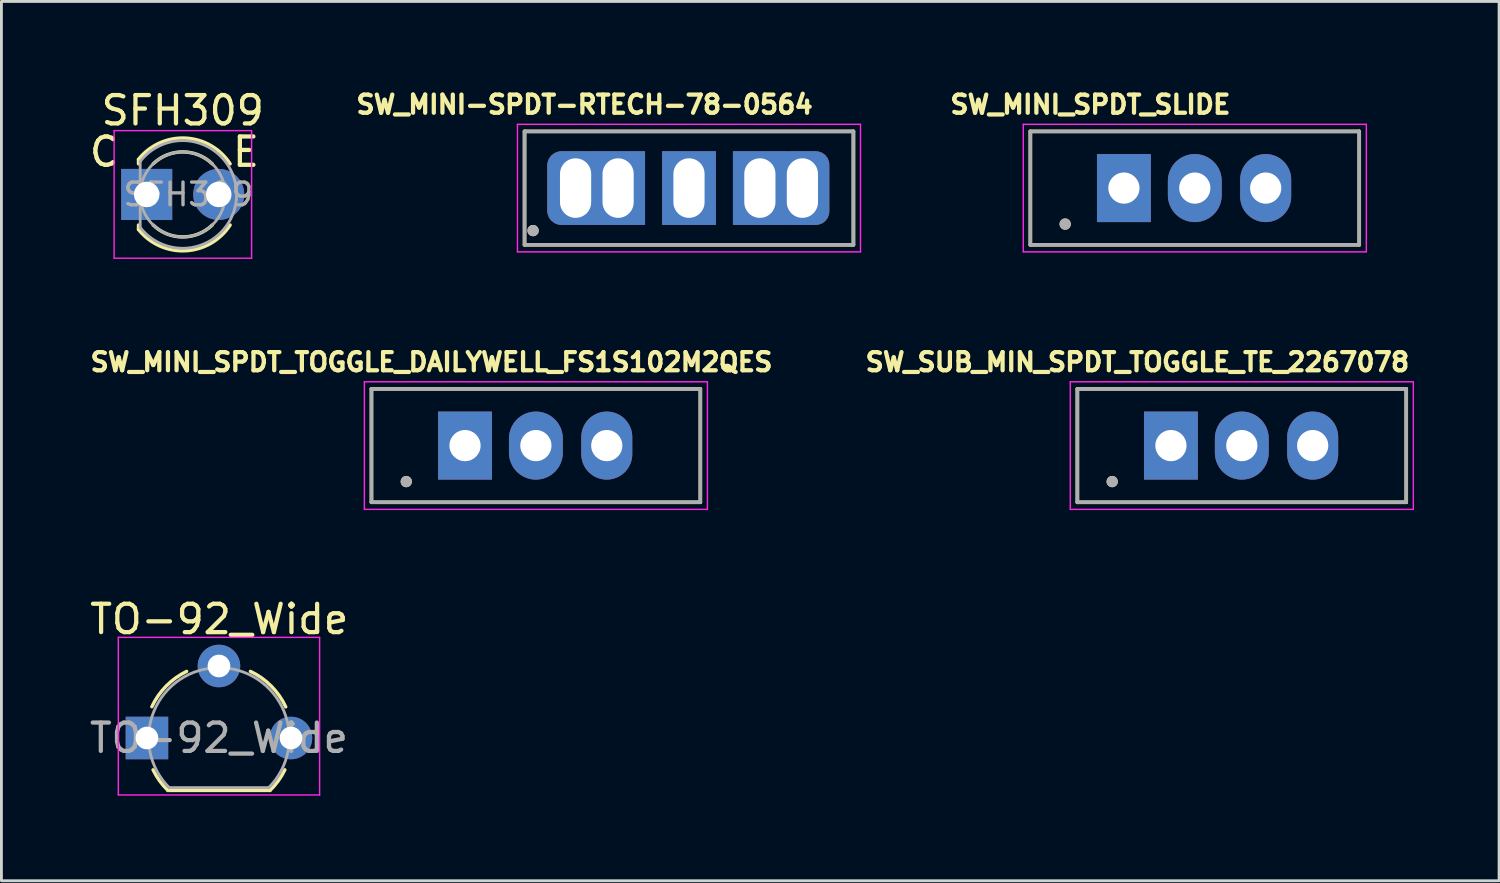
<source format=kicad_pcb>
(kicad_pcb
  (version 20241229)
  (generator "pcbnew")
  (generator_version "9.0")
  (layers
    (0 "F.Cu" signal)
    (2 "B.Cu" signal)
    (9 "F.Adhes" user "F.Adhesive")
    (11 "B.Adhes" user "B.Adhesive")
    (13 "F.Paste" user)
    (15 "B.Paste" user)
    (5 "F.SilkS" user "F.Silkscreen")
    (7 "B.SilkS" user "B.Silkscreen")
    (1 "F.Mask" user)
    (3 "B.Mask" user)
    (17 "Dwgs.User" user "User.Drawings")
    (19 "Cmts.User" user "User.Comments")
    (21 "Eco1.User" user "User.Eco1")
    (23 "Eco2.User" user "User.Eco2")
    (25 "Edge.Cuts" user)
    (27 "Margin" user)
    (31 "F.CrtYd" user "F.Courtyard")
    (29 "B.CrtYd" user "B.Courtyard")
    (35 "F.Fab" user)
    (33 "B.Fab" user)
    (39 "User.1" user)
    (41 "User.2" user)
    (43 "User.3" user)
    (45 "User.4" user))
  (footprint "TO-92_Wide"
    (layer "F.Cu")
    (at 2.133 22.981)
    (property "Reference" "TO-92_Wide" (at 2.55 -4.19 0) (layer "F.SilkS") (effects (font (size 1 1) (thickness 0.15))))
    (attr through_hole)
    (fp_line (start 0.74 1.85) (end 4.34 1.85) (stroke (width 0.12) (type solid)) (layer "F.SilkS"))
    (fp_arc (start 0.172801 -1.103842) (mid 0.678995 -1.832692) (end 1.4 -2.35) (stroke (width 0.12) (type solid)) (layer "F.SilkS"))
    (fp_arc (start 0.74 1.85) (mid 0.446097 1.509328) (end 0.215816 1.122795) (stroke (width 0.12) (type solid)) (layer "F.SilkS"))
    (fp_arc (start 3.65 -2.35) (mid 4.382279 -1.833196) (end 4.895458 -1.098371) (stroke (width 0.12) (type solid)) (layer "F.SilkS"))
    (fp_arc (start 4.864184 1.122795) (mid 4.633903 1.509328) (end 4.34 1.85) (stroke (width 0.12) (type solid)) (layer "F.SilkS"))
    (fp_line (start -1.01 -3.55) (end -1.01 2.01) (stroke (width 0.05) (type solid)) (layer "F.CrtYd"))
    (fp_line (start -1.01 -3.55) (end 6.09 -3.55) (stroke (width 0.05) (type solid)) (layer "F.CrtYd"))
    (fp_line (start 6.09 2.01) (end -1.01 2.01) (stroke (width 0.05) (type solid)) (layer "F.CrtYd"))
    (fp_line (start 6.09 2.01) (end 6.09 -3.55) (stroke (width 0.05) (type solid)) (layer "F.CrtYd"))
    (fp_line (start 0.8 1.75) (end 4.3 1.75) (stroke (width 0.1) (type solid)) (layer "F.Fab"))
    (fp_arc (start 0.786375 1.753625) (mid 0.248779 -0.949055) (end 2.54 -2.48) (stroke (width 0.1) (type solid)) (layer "F.Fab"))
    (fp_arc (start 2.54 -2.48) (mid 4.831221 -0.949055) (end 4.293625 1.753625) (stroke (width 0.1) (type solid)) (layer "F.Fab"))
    (fp_text user "${REFERENCE}" (at 2.54 0 0) (layer "F.Fab") (effects (font (size 1 1) (thickness 0.15))))
    (pad "1" thru_hole rect (at 0 0) (size 1.5 1.5) (drill 0.8) (layers "*.Cu" "*.Mask"))
    (pad "2" thru_hole circle (at 2.54 -2.54) (size 1.5 1.5) (drill 0.8) (layers "*.Cu" "*.Mask"))
    (pad "3" thru_hole circle (at 5.08 0) (size 1.5 1.5) (drill 0.8) (layers "*.Cu" "*.Mask")))
  (footprint "SFH309"
    (layer "F.Cu")
    (at 3.395 3.808)
    (property "Reference" "SFH309" (at 0 -2.96 0) (layer "F.SilkS") (effects (font (size 1 1) (thickness 0.15))))
    (attr through_hole)
    (fp_line (start -1.56 -1.236) (end -1.56 -1.08) (stroke (width 0.12) (type solid)) (layer "F.SilkS"))
    (fp_line (start -1.56 1.08) (end -1.56 1.236) (stroke (width 0.12) (type solid)) (layer "F.SilkS"))
    (fp_arc (start -1.56 -1.235516) (mid 0.096487 -1.987659) (end 1.672335 -1.078608) (stroke (width 0.12) (type solid)) (layer "F.SilkS"))
    (fp_arc (start -1.040961 -1.08) (mid 0.000117 -1.5) (end 1.04113 -1.079837) (stroke (width 0.12) (type solid)) (layer "F.SilkS"))
    (fp_arc (start 1.04113 1.079837) (mid 0.000117 1.5) (end -1.040961 1.08) (stroke (width 0.12) (type solid)) (layer "F.SilkS"))
    (fp_arc (start 1.672335 1.078608) (mid 0.096487 1.987659) (end -1.56 1.235516) (stroke (width 0.12) (type solid)) (layer "F.SilkS"))
    (fp_line (start -2.42 -2.25) (end -2.42 2.25) (stroke (width 0.05) (type solid)) (layer "F.CrtYd"))
    (fp_line (start -2.42 2.25) (end 2.43 2.25) (stroke (width 0.05) (type solid)) (layer "F.CrtYd"))
    (fp_line (start 2.43 -2.25) (end -2.42 -2.25) (stroke (width 0.05) (type solid)) (layer "F.CrtYd"))
    (fp_line (start 2.43 2.25) (end 2.43 -2.25) (stroke (width 0.05) (type solid)) (layer "F.CrtYd"))
    (fp_line (start -1.5 -1.166) (end -1.5 1.166) (stroke (width 0.1) (type solid)) (layer "F.Fab"))
    (fp_arc (start -1.5 -1.16619) (mid 1.9 0.000452) (end -1.500555 1.165476) (stroke (width 0.1) (type solid)) (layer "F.Fab"))
    (fp_circle (center 0 0) (end 1.5 0) (stroke (width 0.1) (type solid)) (fill no) (layer "F.Fab"))
    (fp_text user "E" (at 2.23 -1.5 0) (unlocked yes) (layer "F.SilkS") (effects (font (size 1 1) (thickness 0.15))))
    (fp_text user "C" (at -2.77 -1.5 0) (unlocked yes) (layer "F.SilkS") (effects (font (size 1 1) (thickness 0.15))))
    (fp_text user "${REFERENCE}" (at 0.2 0 0) (layer "F.Fab") (effects (font (size 0.8 0.8) (thickness 0.12))))
    (pad "1" thru_hole rect (at -1.27 0) (size 1.8 1.8) (drill 0.9) (layers "*.Cu" "*.Mask"))
    (pad "2" thru_hole circle (at 1.27 0) (size 1.8 1.8) (drill 0.9) (layers "*.Cu" "*.Mask")))
  (footprint "SW_MINI_SPDT_TOGGLE_DAILYWELL_FS1S102M2QES"
    (layer "F.Cu")
    (at 15.852 12.667)
    (property "Reference" "SW_MINI_SPDT_TOGGLE_DAILYWELL_FS1S102M2QES" (at -3.683 -2.946 0) (layer "F.SilkS") (effects (font (size 0.64 0.64) (thickness 0.15))))
    (attr through_hole)
    (fp_line (start -5.8 -2) (end -5.8 2) (stroke (width 0.127) (type solid)) (layer "F.SilkS"))
    (fp_line (start -5.8 2) (end 5.8 2) (stroke (width 0.127) (type solid)) (layer "F.SilkS"))
    (fp_line (start 5.8 -2) (end -5.8 -2) (stroke (width 0.127) (type solid)) (layer "F.SilkS"))
    (fp_line (start 5.8 2) (end 5.8 -2) (stroke (width 0.127) (type solid)) (layer "F.SilkS"))
    (fp_circle (center -4.572 1.27) (end -4.472 1.27) (stroke (width 0.2) (type solid)) (fill no) (layer "F.SilkS"))
    (fp_line (start -6.05 -2.25) (end -6.05 2.25) (stroke (width 0.05) (type solid)) (layer "F.CrtYd"))
    (fp_line (start -6.05 2.25) (end 6.05 2.25) (stroke (width 0.05) (type solid)) (layer "F.CrtYd"))
    (fp_line (start 6.05 -2.25) (end -6.05 -2.25) (stroke (width 0.05) (type solid)) (layer "F.CrtYd"))
    (fp_line (start 6.05 2.25) (end 6.05 -2.25) (stroke (width 0.05) (type solid)) (layer "F.CrtYd"))
    (fp_line (start -5.8 -2) (end -5.8 2) (stroke (width 0.127) (type solid)) (layer "F.Fab"))
    (fp_line (start -5.8 2) (end 5.8 2) (stroke (width 0.127) (type solid)) (layer "F.Fab"))
    (fp_line (start 5.8 -2) (end -5.8 -2) (stroke (width 0.127) (type solid)) (layer "F.Fab"))
    (fp_line (start 5.8 2) (end 5.8 -2) (stroke (width 0.127) (type solid)) (layer "F.Fab"))
    (fp_circle (center -4.572 1.27) (end -4.472 1.27) (stroke (width 0.2) (type solid)) (fill no) (layer "F.Fab"))
    (pad "1" thru_hole rect (at -2.5 0) (size 1.9 2.4) (drill 1.1) (layers "*.Cu" "*.Mask"))
    (pad "2" thru_hole oval (at 0 0) (size 1.9 2.4) (drill 1.1) (layers "*.Cu" "*.Mask"))
    (pad "3" thru_hole oval (at 2.5 0) (size 1.8 2.4) (drill 1.1) (layers "*.Cu" "*.Mask")))
  (footprint "SW_MINI_SPDT_SLIDE"
    (layer "F.Cu")
    (at 39.093 3.584)
    (property "Reference" "SW_MINI_SPDT_SLIDE" (at -3.683 -2.946 0) (layer "F.SilkS") (effects (font (size 0.64 0.64) (thickness 0.15))))
    (attr through_hole)
    (fp_line (start -5.8 -2) (end -5.8 2) (stroke (width 0.127) (type solid)) (layer "F.SilkS"))
    (fp_line (start -5.8 2) (end 5.8 2) (stroke (width 0.127) (type solid)) (layer "F.SilkS"))
    (fp_line (start 5.8 -2) (end -5.8 -2) (stroke (width 0.127) (type solid)) (layer "F.SilkS"))
    (fp_line (start 5.8 2) (end 5.8 -2) (stroke (width 0.127) (type solid)) (layer "F.SilkS"))
    (fp_circle (center -4.572 1.27) (end -4.472 1.27) (stroke (width 0.2) (type solid)) (fill no) (layer "F.SilkS"))
    (fp_line (start -6.05 -2.25) (end -6.05 2.25) (stroke (width 0.05) (type solid)) (layer "F.CrtYd"))
    (fp_line (start -6.05 2.25) (end 6.05 2.25) (stroke (width 0.05) (type solid)) (layer "F.CrtYd"))
    (fp_line (start 6.05 -2.25) (end -6.05 -2.25) (stroke (width 0.05) (type solid)) (layer "F.CrtYd"))
    (fp_line (start 6.05 2.25) (end 6.05 -2.25) (stroke (width 0.05) (type solid)) (layer "F.CrtYd"))
    (fp_line (start -5.8 -2) (end -5.8 2) (stroke (width 0.127) (type solid)) (layer "F.Fab"))
    (fp_line (start -5.8 2) (end 5.8 2) (stroke (width 0.127) (type solid)) (layer "F.Fab"))
    (fp_line (start 5.8 -2) (end -5.8 -2) (stroke (width 0.127) (type solid)) (layer "F.Fab"))
    (fp_line (start 5.8 2) (end 5.8 -2) (stroke (width 0.127) (type solid)) (layer "F.Fab"))
    (fp_circle (center -4.572 1.27) (end -4.472 1.27) (stroke (width 0.2) (type solid)) (fill no) (layer "F.Fab"))
    (pad "1" thru_hole rect (at -2.5 0) (size 1.9 2.4) (drill 1.1) (layers "*.Cu" "*.Mask"))
    (pad "2" thru_hole oval (at 0 0) (size 1.9 2.4) (drill 1.1) (layers "*.Cu" "*.Mask"))
    (pad "3" thru_hole oval (at 2.5 0) (size 1.8 2.4) (drill 1.1) (layers "*.Cu" "*.Mask")))
  (footprint "SW_MINI-SPDT-RTECH-78-0564"
    (layer "F.Cu")
    (at 21.252 3.584)
    (property "Reference" "SW_MINI-SPDT-RTECH-78-0564" (at -3.683 -2.946 0) (layer "F.SilkS") (effects (font (size 0.64 0.64) (thickness 0.15))))
    (attr through_hole)
    (fp_line (start -5.8 -2) (end -5.8 2) (stroke (width 0.127) (type solid)) (layer "F.SilkS"))
    (fp_line (start -5.8 2) (end 5.8 2) (stroke (width 0.127) (type solid)) (layer "F.SilkS"))
    (fp_line (start 5.8 -2) (end -5.8 -2) (stroke (width 0.127) (type solid)) (layer "F.SilkS"))
    (fp_line (start 5.8 2) (end 5.8 -2) (stroke (width 0.127) (type solid)) (layer "F.SilkS"))
    (fp_circle (center -5.5 1.5) (end -5.4 1.5) (stroke (width 0.2) (type solid)) (fill no) (layer "F.SilkS"))
    (fp_line (start -6.05 -2.25) (end -6.05 2.25) (stroke (width 0.05) (type solid)) (layer "F.CrtYd"))
    (fp_line (start -6.05 2.25) (end 6.05 2.25) (stroke (width 0.05) (type solid)) (layer "F.CrtYd"))
    (fp_line (start 6.05 -2.25) (end -6.05 -2.25) (stroke (width 0.05) (type solid)) (layer "F.CrtYd"))
    (fp_line (start 6.05 2.25) (end 6.05 -2.25) (stroke (width 0.05) (type solid)) (layer "F.CrtYd"))
    (fp_line (start -5.8 -2) (end -5.8 2) (stroke (width 0.127) (type solid)) (layer "F.Fab"))
    (fp_line (start -5.8 2) (end 5.8 2) (stroke (width 0.127) (type solid)) (layer "F.Fab"))
    (fp_line (start 5.8 -2) (end -5.8 -2) (stroke (width 0.127) (type solid)) (layer "F.Fab"))
    (fp_line (start 5.8 2) (end 5.8 -2) (stroke (width 0.127) (type solid)) (layer "F.Fab"))
    (fp_circle (center -5.5 1.5) (end -5.4 1.5) (stroke (width 0.2) (type solid)) (fill no) (layer "F.Fab"))
    (pad "1" thru_hole roundrect (at -4 0) (size 2 2.6) (drill oval 1.1 2.1) (layers "*.Cu" "*.Mask") (roundrect_rratio 0.25))
    (pad "1" thru_hole rect (at -2.5 0) (size 1.9 2.6) (drill oval 1.1 2.1) (layers "*.Cu" "*.Mask"))
    (pad "2" thru_hole rect (at 0 0) (size 1.9 2.6) (drill oval 1.1 2.1) (layers "*.Cu" "*.Mask"))
    (pad "3" thru_hole rect (at 2.5 0) (size 1.9 2.6) (drill oval 1.1 2.1) (layers "*.Cu" "*.Mask"))
    (pad "3" thru_hole roundrect (at 4 0) (size 1.9 2.6) (drill oval 1.1 2.1) (layers "*.Cu" "*.Mask") (roundrect_rratio 0.25)))
  (footprint "SW_SUB_MIN_SPDT_TOGGLE_TE_2267078"
    (layer "F.Cu")
    (at 40.751 12.667)
    (property "Reference" "SW_SUB_MIN_SPDT_TOGGLE_TE_2267078" (at -3.683 -2.946 0) (layer "F.SilkS") (effects (font (size 0.64 0.64) (thickness 0.15))))
    (attr through_hole)
    (fp_line (start -5.8 -2) (end -5.8 2) (stroke (width 0.127) (type solid)) (layer "F.SilkS"))
    (fp_line (start -5.8 2) (end 5.8 2) (stroke (width 0.127) (type solid)) (layer "F.SilkS"))
    (fp_line (start 5.8 -2) (end -5.8 -2) (stroke (width 0.127) (type solid)) (layer "F.SilkS"))
    (fp_line (start 5.8 2) (end 5.8 -2) (stroke (width 0.127) (type solid)) (layer "F.SilkS"))
    (fp_circle (center -4.572 1.27) (end -4.472 1.27) (stroke (width 0.2) (type solid)) (fill no) (layer "F.SilkS"))
    (fp_line (start -6.05 -2.25) (end -6.05 2.25) (stroke (width 0.05) (type solid)) (layer "F.CrtYd"))
    (fp_line (start -6.05 2.25) (end 6.05 2.25) (stroke (width 0.05) (type solid)) (layer "F.CrtYd"))
    (fp_line (start 6.05 -2.25) (end -6.05 -2.25) (stroke (width 0.05) (type solid)) (layer "F.CrtYd"))
    (fp_line (start 6.05 2.25) (end 6.05 -2.25) (stroke (width 0.05) (type solid)) (layer "F.CrtYd"))
    (fp_line (start -5.8 -2) (end -5.8 2) (stroke (width 0.127) (type solid)) (layer "F.Fab"))
    (fp_line (start -5.8 2) (end 5.8 2) (stroke (width 0.127) (type solid)) (layer "F.Fab"))
    (fp_line (start 5.8 -2) (end -5.8 -2) (stroke (width 0.127) (type solid)) (layer "F.Fab"))
    (fp_line (start 5.8 2) (end 5.8 -2) (stroke (width 0.127) (type solid)) (layer "F.Fab"))
    (fp_circle (center -4.572 1.27) (end -4.472 1.27) (stroke (width 0.2) (type solid)) (fill no) (layer "F.Fab"))
    (pad "1" thru_hole rect (at -2.5 0) (size 1.9 2.4) (drill 1.1) (layers "*.Cu" "*.Mask"))
    (pad "2" thru_hole oval (at 0 0) (size 1.9 2.4) (drill 1.1) (layers "*.Cu" "*.Mask"))
    (pad "3" thru_hole oval (at 2.5 0) (size 1.8 2.4) (drill 1.1) (layers "*.Cu" "*.Mask")))
  (gr_rect
    (start -3 -3)
    (end 49.826 28.016)
    (stroke (width 0.1) (type default))
    (fill no)
    (layer "Edge.Cuts")))
</source>
